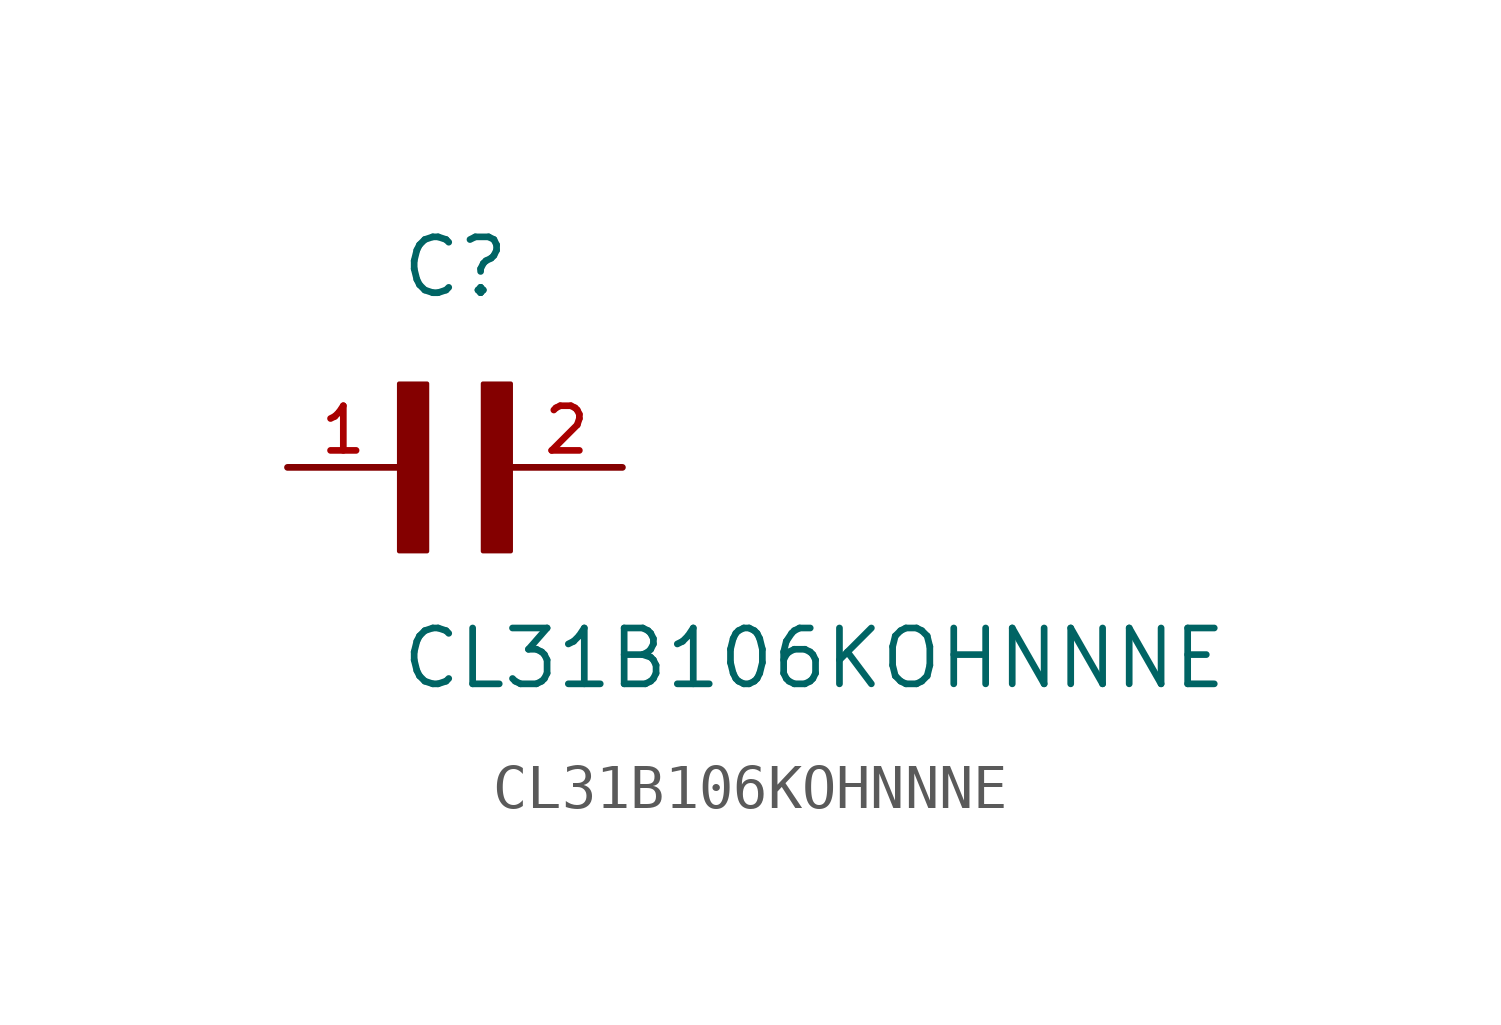
<source format=kicad_sym>
(kicad_symbol_lib
  (version 20211014)
  (generator kicad_symbol_editor)
  (symbol "CL31B106KOHNNNE"
    (pin_names
      (offset 1.016))
    (property "Reference" "C"
      (at 0.0 3.811 0)
      (effects (font (size 1.27 1.27)) (justify bottom left)))
    (property "Value" "CL31B106KOHNNNE"
      (at 0.0 -5.088 0)
      (effects (font (size 1.27 1.27)) (justify bottom left)))
    (symbol "CL31B106KOHNNNE_0_0"
      (rectangle (start 0.0 -1.907) (end 0.635 1.905) (stroke (width 0.1)) (fill (type outline)))
      (rectangle (start 1.907 -1.907) (end 2.54 1.905) (stroke (width 0.1)) (fill (type outline)))
      (pin passive line (at -2.54 0.0 0) (length 2.54) (name "~" (effects (font (size 1.016 1.016)))) (number "1" (effects (font (size 1.016 1.016)))))
      (pin passive line (at 5.08 0.0 180.0) (length 2.54) (name "~" (effects (font (size 1.016 1.016)))) (number "2" (effects (font (size 1.016 1.016))))))))
</source>
